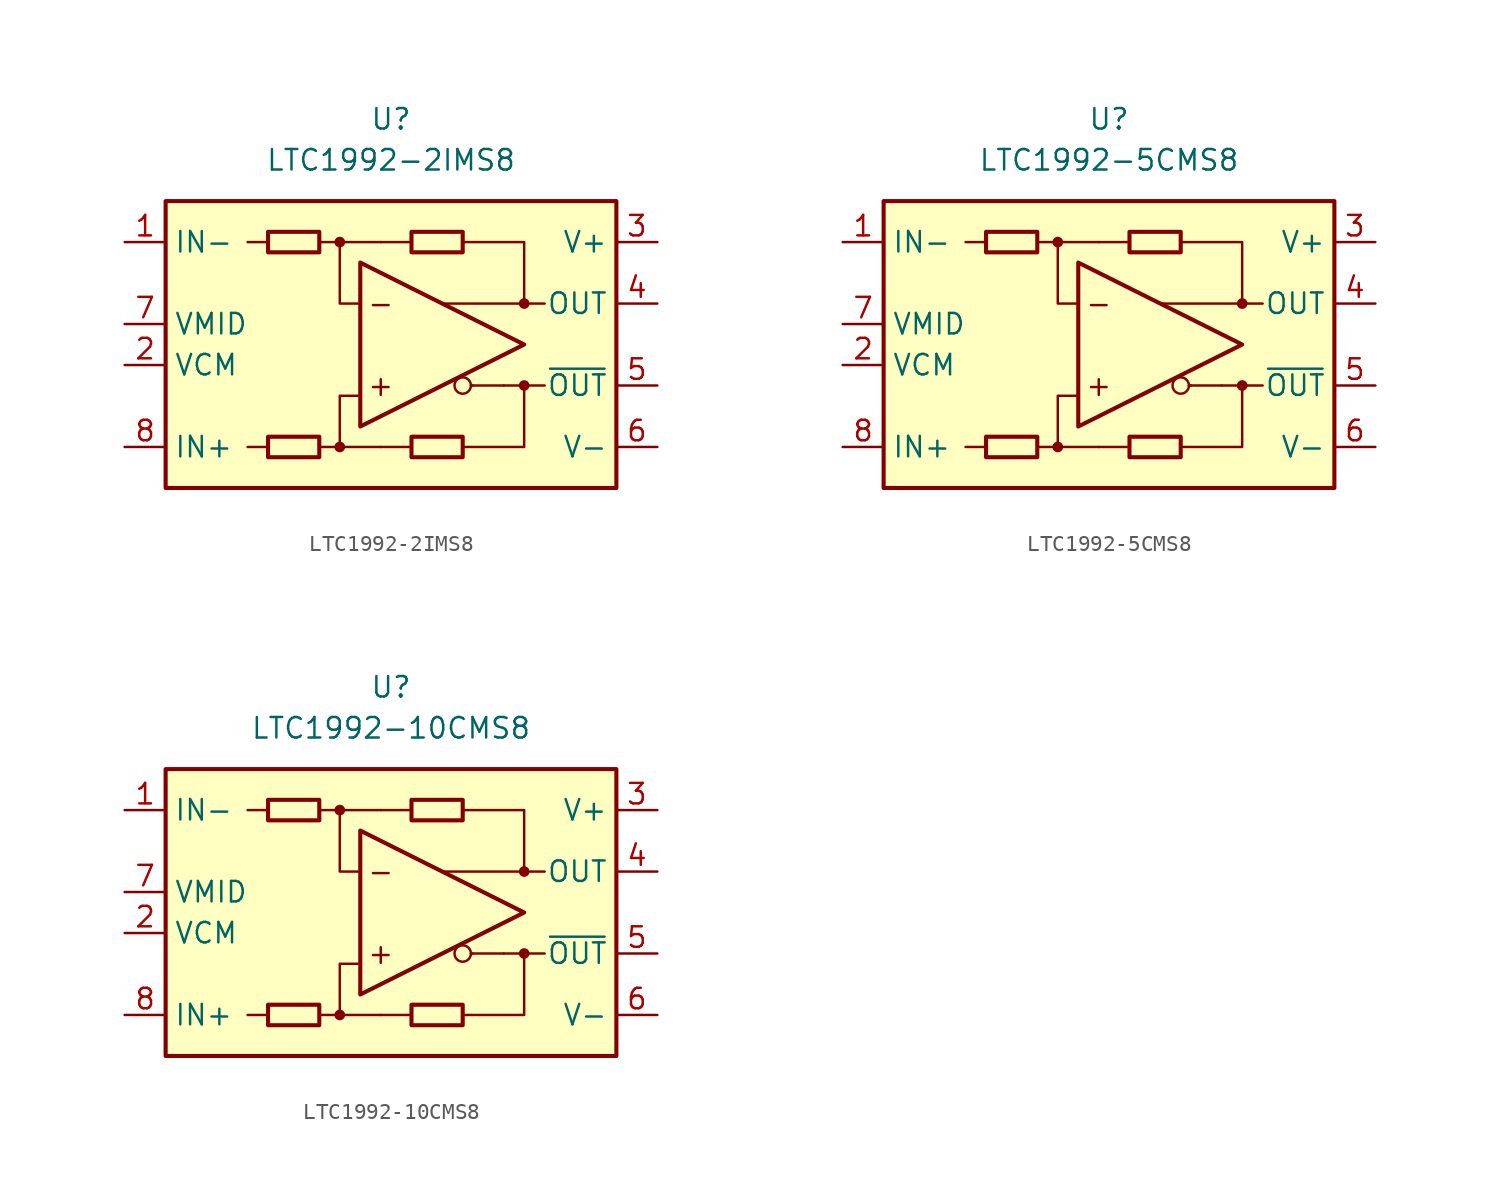
<source format=kicad_sym>
(kicad_symbol_lib
  (version 20211014)
  (generator kicad_symbol_editor)
  (symbol "LTC1992-2IMS8"
    (property "Reference" "U"
      (at 0 13.97 0)
      (effects (font (size 1.27 1.27))))
    (property "Value" "LTC1992-2IMS8"
      (at 0 11.43 0)
      (effects (font (size 1.27 1.27))))
    (symbol "LTC1992-2IMS8_0_0"
      (rectangle (start -13.97 8.89) (end 13.97 -8.89) (stroke (width 0.254) (type default) (color 0 0 0 0)) (fill (type background)))
      (circle (center -3.175 -6.35) (radius 0.254) (stroke (width 0.152) (type default) (color 0 0 0 0)) (fill (type outline)))
      (circle (center -3.175 6.35) (radius 0.254) (stroke (width 0.152) (type default) (color 0 0 0 0)) (fill (type outline)))
      (polyline (pts (xy -7.62 -6.35) (xy -8.89 -6.35)) (stroke (width 0.152) (type default) (color 0 0 0 0)) (fill (type none)))
      (polyline (pts (xy -7.62 6.35) (xy -8.89 6.35)) (stroke (width 0.152) (type default) (color 0 0 0 0)) (fill (type none)))
      (polyline (pts (xy -3.175 6.35) (xy -0.635 6.35)) (stroke (width 0.152) (type default) (color 0 0 0 0)) (fill (type none)))
      (polyline (pts (xy -0.635 -6.35) (xy -3.175 -6.35)) (stroke (width 0.152) (type default) (color 0 0 0 0)) (fill (type none)))
      (polyline (pts (xy 1.27 -6.35) (xy -0.635 -6.35)) (stroke (width 0.152) (type default) (color 0 0 0 0)) (fill (type none)))
      (polyline (pts (xy 1.27 6.35) (xy -0.635 6.35)) (stroke (width 0.152) (type default) (color 0 0 0 0)) (fill (type none)))
      (polyline (pts (xy 5.08 -2.54) (xy 4.953 -2.54)) (stroke (width 0.152) (type default) (color 0 0 0 0)) (fill (type none)))
      (polyline (pts (xy 6.985 -2.54) (xy 5.08 -2.54)) (stroke (width 0.152) (type default) (color 0 0 0 0)) (fill (type none)))
      (polyline (pts (xy 8.255 -2.54) (xy 9.525 -2.54)) (stroke (width 0.152) (type default) (color 0 0 0 0)) (fill (type none)))
      (polyline (pts (xy 8.255 2.54) (xy 9.525 2.54)) (stroke (width 0.152) (type default) (color 0 0 0 0)) (fill (type none)))
      (polyline (pts (xy -4.445 -6.35) (xy -3.175 -6.35) (xy -3.175 -3.175) (xy -1.905 -3.175)) (stroke (width 0.152) (type default) (color 0 0 0 0)) (fill (type none)))
      (polyline (pts (xy -1.905 2.54) (xy -3.175 2.54) (xy -3.175 6.35) (xy -4.445 6.35)) (stroke (width 0.152) (type default) (color 0 0 0 0)) (fill (type none)))
      (polyline (pts (xy 4.445 6.35) (xy 8.255 6.35) (xy 8.255 2.54) (xy 3.175 2.54)) (stroke (width 0.152) (type default) (color 0 0 0 0)) (fill (type none)))
      (polyline (pts (xy 6.985 -2.54) (xy 8.255 -2.54) (xy 8.255 -6.35) (xy 4.445 -6.35)) (stroke (width 0.152) (type default) (color 0 0 0 0)) (fill (type none)))
      (circle (center 4.445 -2.54) (radius 0.508) (stroke (width 0.152) (type default) (color 0 0 0 0)) (fill (type none)))
      (circle (center 8.255 -2.54) (radius 0.254) (stroke (width 0.152) (type default) (color 0 0 0 0)) (fill (type outline)))
      (circle (center 8.255 2.54) (radius 0.254) (stroke (width 0.152) (type default) (color 0 0 0 0)) (fill (type outline)))
      (text "+" (at -0.635 -2.54 0) (effects (font (size 1.27 1.27))))
      (text "-" (at -0.635 2.54 0) (effects (font (size 1.27 1.27)))))
    (symbol "LTC1992-2IMS8_0_1"
      (rectangle (start -7.62 -5.715) (end -4.445 -6.985) (stroke (width 0.254) (type default) (color 0 0 0 0)) (fill (type none)))
      (rectangle (start -7.62 6.985) (end -4.445 5.715) (stroke (width 0.254) (type default) (color 0 0 0 0)) (fill (type none)))
      (polyline (pts (xy -1.905 5.08) (xy -1.905 -5.08) (xy 8.255 0) (xy -1.905 5.08)) (stroke (width 0.254) (type default) (color 0 0 0 0)) (fill (type none)))
      (rectangle (start 1.27 -5.715) (end 4.445 -6.985) (stroke (width 0.254) (type default) (color 0 0 0 0)) (fill (type none)))
      (rectangle (start 1.27 6.985) (end 4.445 5.715) (stroke (width 0.254) (type default) (color 0 0 0 0)) (fill (type none))))
    (symbol "LTC1992-2IMS8_1_1"
      (pin input line (at -16.51 6.35 0) (length 2.54) (name "IN-" (effects (font (size 1.27 1.27)))) (number "1" (effects (font (size 1.27 1.27)))))
      (pin input line (at -16.51 -1.27 0) (length 2.54) (name "VCM" (effects (font (size 1.27 1.27)))) (number "2" (effects (font (size 1.27 1.27)))))
      (pin power_in line (at 16.51 6.35 180) (length 2.54) (name "V+" (effects (font (size 1.27 1.27)))) (number "3" (effects (font (size 1.27 1.27)))))
      (pin output line (at 16.51 2.54 180) (length 2.54) (name "OUT" (effects (font (size 1.27 1.27)))) (number "4" (effects (font (size 1.27 1.27)))))
      (pin output line (at 16.51 -2.54 180) (length 2.54) (name "~{OUT}" (effects (font (size 1.27 1.27)))) (number "5" (effects (font (size 1.27 1.27)))))
      (pin power_in line (at 16.51 -6.35 180) (length 2.54) (name "V-" (effects (font (size 1.27 1.27)))) (number "6" (effects (font (size 1.27 1.27)))))
      (pin output line (at -16.51 1.27 0) (length 2.54) (name "VMID" (effects (font (size 1.27 1.27)))) (number "7" (effects (font (size 1.27 1.27)))))
      (pin input line (at -16.51 -6.35 0) (length 2.54) (name "IN+" (effects (font (size 1.27 1.27)))) (number "8" (effects (font (size 1.27 1.27)))))))
  (symbol "LTC1992-5CMS8"
    (property "Reference" "U"
      (at 0 13.97 0)
      (effects (font (size 1.27 1.27))))
    (property "Value" "LTC1992-5CMS8"
      (at 0 11.43 0)
      (effects (font (size 1.27 1.27))))
    (symbol "LTC1992-5CMS8_0_0"
      (rectangle (start -13.97 8.89) (end 13.97 -8.89) (stroke (width 0.254) (type default) (color 0 0 0 0)) (fill (type background)))
      (circle (center -3.175 -6.35) (radius 0.254) (stroke (width 0.152) (type default) (color 0 0 0 0)) (fill (type outline)))
      (circle (center -3.175 6.35) (radius 0.254) (stroke (width 0.152) (type default) (color 0 0 0 0)) (fill (type outline)))
      (polyline (pts (xy -7.62 -6.35) (xy -8.89 -6.35)) (stroke (width 0.152) (type default) (color 0 0 0 0)) (fill (type none)))
      (polyline (pts (xy -7.62 6.35) (xy -8.89 6.35)) (stroke (width 0.152) (type default) (color 0 0 0 0)) (fill (type none)))
      (polyline (pts (xy -3.175 6.35) (xy -0.635 6.35)) (stroke (width 0.152) (type default) (color 0 0 0 0)) (fill (type none)))
      (polyline (pts (xy -0.635 -6.35) (xy -3.175 -6.35)) (stroke (width 0.152) (type default) (color 0 0 0 0)) (fill (type none)))
      (polyline (pts (xy 1.27 -6.35) (xy -0.635 -6.35)) (stroke (width 0.152) (type default) (color 0 0 0 0)) (fill (type none)))
      (polyline (pts (xy 1.27 6.35) (xy -0.635 6.35)) (stroke (width 0.152) (type default) (color 0 0 0 0)) (fill (type none)))
      (polyline (pts (xy 5.08 -2.54) (xy 4.953 -2.54)) (stroke (width 0.152) (type default) (color 0 0 0 0)) (fill (type none)))
      (polyline (pts (xy 6.985 -2.54) (xy 5.08 -2.54)) (stroke (width 0.152) (type default) (color 0 0 0 0)) (fill (type none)))
      (polyline (pts (xy 8.255 -2.54) (xy 9.525 -2.54)) (stroke (width 0.152) (type default) (color 0 0 0 0)) (fill (type none)))
      (polyline (pts (xy 8.255 2.54) (xy 9.525 2.54)) (stroke (width 0.152) (type default) (color 0 0 0 0)) (fill (type none)))
      (polyline (pts (xy -4.445 -6.35) (xy -3.175 -6.35) (xy -3.175 -3.175) (xy -1.905 -3.175)) (stroke (width 0.152) (type default) (color 0 0 0 0)) (fill (type none)))
      (polyline (pts (xy -1.905 2.54) (xy -3.175 2.54) (xy -3.175 6.35) (xy -4.445 6.35)) (stroke (width 0.152) (type default) (color 0 0 0 0)) (fill (type none)))
      (polyline (pts (xy 4.445 6.35) (xy 8.255 6.35) (xy 8.255 2.54) (xy 3.175 2.54)) (stroke (width 0.152) (type default) (color 0 0 0 0)) (fill (type none)))
      (polyline (pts (xy 6.985 -2.54) (xy 8.255 -2.54) (xy 8.255 -6.35) (xy 4.445 -6.35)) (stroke (width 0.152) (type default) (color 0 0 0 0)) (fill (type none)))
      (circle (center 4.445 -2.54) (radius 0.508) (stroke (width 0.152) (type default) (color 0 0 0 0)) (fill (type none)))
      (circle (center 8.255 -2.54) (radius 0.254) (stroke (width 0.152) (type default) (color 0 0 0 0)) (fill (type outline)))
      (circle (center 8.255 2.54) (radius 0.254) (stroke (width 0.152) (type default) (color 0 0 0 0)) (fill (type outline)))
      (text "+" (at -0.635 -2.54 0) (effects (font (size 1.27 1.27))))
      (text "-" (at -0.635 2.54 0) (effects (font (size 1.27 1.27)))))
    (symbol "LTC1992-5CMS8_0_1"
      (rectangle (start -7.62 -5.715) (end -4.445 -6.985) (stroke (width 0.254) (type default) (color 0 0 0 0)) (fill (type none)))
      (rectangle (start -7.62 6.985) (end -4.445 5.715) (stroke (width 0.254) (type default) (color 0 0 0 0)) (fill (type none)))
      (polyline (pts (xy -1.905 5.08) (xy -1.905 -5.08) (xy 8.255 0) (xy -1.905 5.08)) (stroke (width 0.254) (type default) (color 0 0 0 0)) (fill (type none)))
      (rectangle (start 1.27 -5.715) (end 4.445 -6.985) (stroke (width 0.254) (type default) (color 0 0 0 0)) (fill (type none)))
      (rectangle (start 1.27 6.985) (end 4.445 5.715) (stroke (width 0.254) (type default) (color 0 0 0 0)) (fill (type none))))
    (symbol "LTC1992-5CMS8_1_1"
      (pin input line (at -16.51 6.35 0) (length 2.54) (name "IN-" (effects (font (size 1.27 1.27)))) (number "1" (effects (font (size 1.27 1.27)))))
      (pin input line (at -16.51 -1.27 0) (length 2.54) (name "VCM" (effects (font (size 1.27 1.27)))) (number "2" (effects (font (size 1.27 1.27)))))
      (pin power_in line (at 16.51 6.35 180) (length 2.54) (name "V+" (effects (font (size 1.27 1.27)))) (number "3" (effects (font (size 1.27 1.27)))))
      (pin output line (at 16.51 2.54 180) (length 2.54) (name "OUT" (effects (font (size 1.27 1.27)))) (number "4" (effects (font (size 1.27 1.27)))))
      (pin output line (at 16.51 -2.54 180) (length 2.54) (name "~{OUT}" (effects (font (size 1.27 1.27)))) (number "5" (effects (font (size 1.27 1.27)))))
      (pin power_in line (at 16.51 -6.35 180) (length 2.54) (name "V-" (effects (font (size 1.27 1.27)))) (number "6" (effects (font (size 1.27 1.27)))))
      (pin output line (at -16.51 1.27 0) (length 2.54) (name "VMID" (effects (font (size 1.27 1.27)))) (number "7" (effects (font (size 1.27 1.27)))))
      (pin input line (at -16.51 -6.35 0) (length 2.54) (name "IN+" (effects (font (size 1.27 1.27)))) (number "8" (effects (font (size 1.27 1.27)))))))
  (symbol "LTC1992-10CMS8"
    (property "Reference" "U"
      (at 0 13.97 0)
      (effects (font (size 1.27 1.27))))
    (property "Value" "LTC1992-10CMS8"
      (at 0 11.43 0)
      (effects (font (size 1.27 1.27))))
    (symbol "LTC1992-10CMS8_0_0"
      (rectangle (start -13.97 8.89) (end 13.97 -8.89) (stroke (width 0.254) (type default) (color 0 0 0 0)) (fill (type background)))
      (circle (center -3.175 -6.35) (radius 0.254) (stroke (width 0.152) (type default) (color 0 0 0 0)) (fill (type outline)))
      (circle (center -3.175 6.35) (radius 0.254) (stroke (width 0.152) (type default) (color 0 0 0 0)) (fill (type outline)))
      (polyline (pts (xy -7.62 -6.35) (xy -8.89 -6.35)) (stroke (width 0.152) (type default) (color 0 0 0 0)) (fill (type none)))
      (polyline (pts (xy -7.62 6.35) (xy -8.89 6.35)) (stroke (width 0.152) (type default) (color 0 0 0 0)) (fill (type none)))
      (polyline (pts (xy -3.175 6.35) (xy -0.635 6.35)) (stroke (width 0.152) (type default) (color 0 0 0 0)) (fill (type none)))
      (polyline (pts (xy -0.635 -6.35) (xy -3.175 -6.35)) (stroke (width 0.152) (type default) (color 0 0 0 0)) (fill (type none)))
      (polyline (pts (xy 1.27 -6.35) (xy -0.635 -6.35)) (stroke (width 0.152) (type default) (color 0 0 0 0)) (fill (type none)))
      (polyline (pts (xy 1.27 6.35) (xy -0.635 6.35)) (stroke (width 0.152) (type default) (color 0 0 0 0)) (fill (type none)))
      (polyline (pts (xy 5.08 -2.54) (xy 4.953 -2.54)) (stroke (width 0.152) (type default) (color 0 0 0 0)) (fill (type none)))
      (polyline (pts (xy 6.985 -2.54) (xy 5.08 -2.54)) (stroke (width 0.152) (type default) (color 0 0 0 0)) (fill (type none)))
      (polyline (pts (xy 8.255 -2.54) (xy 9.525 -2.54)) (stroke (width 0.152) (type default) (color 0 0 0 0)) (fill (type none)))
      (polyline (pts (xy 8.255 2.54) (xy 9.525 2.54)) (stroke (width 0.152) (type default) (color 0 0 0 0)) (fill (type none)))
      (polyline (pts (xy -4.445 -6.35) (xy -3.175 -6.35) (xy -3.175 -3.175) (xy -1.905 -3.175)) (stroke (width 0.152) (type default) (color 0 0 0 0)) (fill (type none)))
      (polyline (pts (xy -1.905 2.54) (xy -3.175 2.54) (xy -3.175 6.35) (xy -4.445 6.35)) (stroke (width 0.152) (type default) (color 0 0 0 0)) (fill (type none)))
      (polyline (pts (xy 4.445 6.35) (xy 8.255 6.35) (xy 8.255 2.54) (xy 3.175 2.54)) (stroke (width 0.152) (type default) (color 0 0 0 0)) (fill (type none)))
      (polyline (pts (xy 6.985 -2.54) (xy 8.255 -2.54) (xy 8.255 -6.35) (xy 4.445 -6.35)) (stroke (width 0.152) (type default) (color 0 0 0 0)) (fill (type none)))
      (circle (center 4.445 -2.54) (radius 0.508) (stroke (width 0.152) (type default) (color 0 0 0 0)) (fill (type none)))
      (circle (center 8.255 -2.54) (radius 0.254) (stroke (width 0.152) (type default) (color 0 0 0 0)) (fill (type outline)))
      (circle (center 8.255 2.54) (radius 0.254) (stroke (width 0.152) (type default) (color 0 0 0 0)) (fill (type outline)))
      (text "+" (at -0.635 -2.54 0) (effects (font (size 1.27 1.27))))
      (text "-" (at -0.635 2.54 0) (effects (font (size 1.27 1.27)))))
    (symbol "LTC1992-10CMS8_0_1"
      (rectangle (start -7.62 -5.715) (end -4.445 -6.985) (stroke (width 0.254) (type default) (color 0 0 0 0)) (fill (type none)))
      (rectangle (start -7.62 6.985) (end -4.445 5.715) (stroke (width 0.254) (type default) (color 0 0 0 0)) (fill (type none)))
      (polyline (pts (xy -1.905 5.08) (xy -1.905 -5.08) (xy 8.255 0) (xy -1.905 5.08)) (stroke (width 0.254) (type default) (color 0 0 0 0)) (fill (type none)))
      (rectangle (start 1.27 -5.715) (end 4.445 -6.985) (stroke (width 0.254) (type default) (color 0 0 0 0)) (fill (type none)))
      (rectangle (start 1.27 6.985) (end 4.445 5.715) (stroke (width 0.254) (type default) (color 0 0 0 0)) (fill (type none))))
    (symbol "LTC1992-10CMS8_1_1"
      (pin input line (at -16.51 6.35 0) (length 2.54) (name "IN-" (effects (font (size 1.27 1.27)))) (number "1" (effects (font (size 1.27 1.27)))))
      (pin input line (at -16.51 -1.27 0) (length 2.54) (name "VCM" (effects (font (size 1.27 1.27)))) (number "2" (effects (font (size 1.27 1.27)))))
      (pin power_in line (at 16.51 6.35 180) (length 2.54) (name "V+" (effects (font (size 1.27 1.27)))) (number "3" (effects (font (size 1.27 1.27)))))
      (pin output line (at 16.51 2.54 180) (length 2.54) (name "OUT" (effects (font (size 1.27 1.27)))) (number "4" (effects (font (size 1.27 1.27)))))
      (pin output line (at 16.51 -2.54 180) (length 2.54) (name "~{OUT}" (effects (font (size 1.27 1.27)))) (number "5" (effects (font (size 1.27 1.27)))))
      (pin power_in line (at 16.51 -6.35 180) (length 2.54) (name "V-" (effects (font (size 1.27 1.27)))) (number "6" (effects (font (size 1.27 1.27)))))
      (pin output line (at -16.51 1.27 0) (length 2.54) (name "VMID" (effects (font (size 1.27 1.27)))) (number "7" (effects (font (size 1.27 1.27)))))
      (pin input line (at -16.51 -6.35 0) (length 2.54) (name "IN+" (effects (font (size 1.27 1.27)))) (number "8" (effects (font (size 1.27 1.27))))))))
</source>
